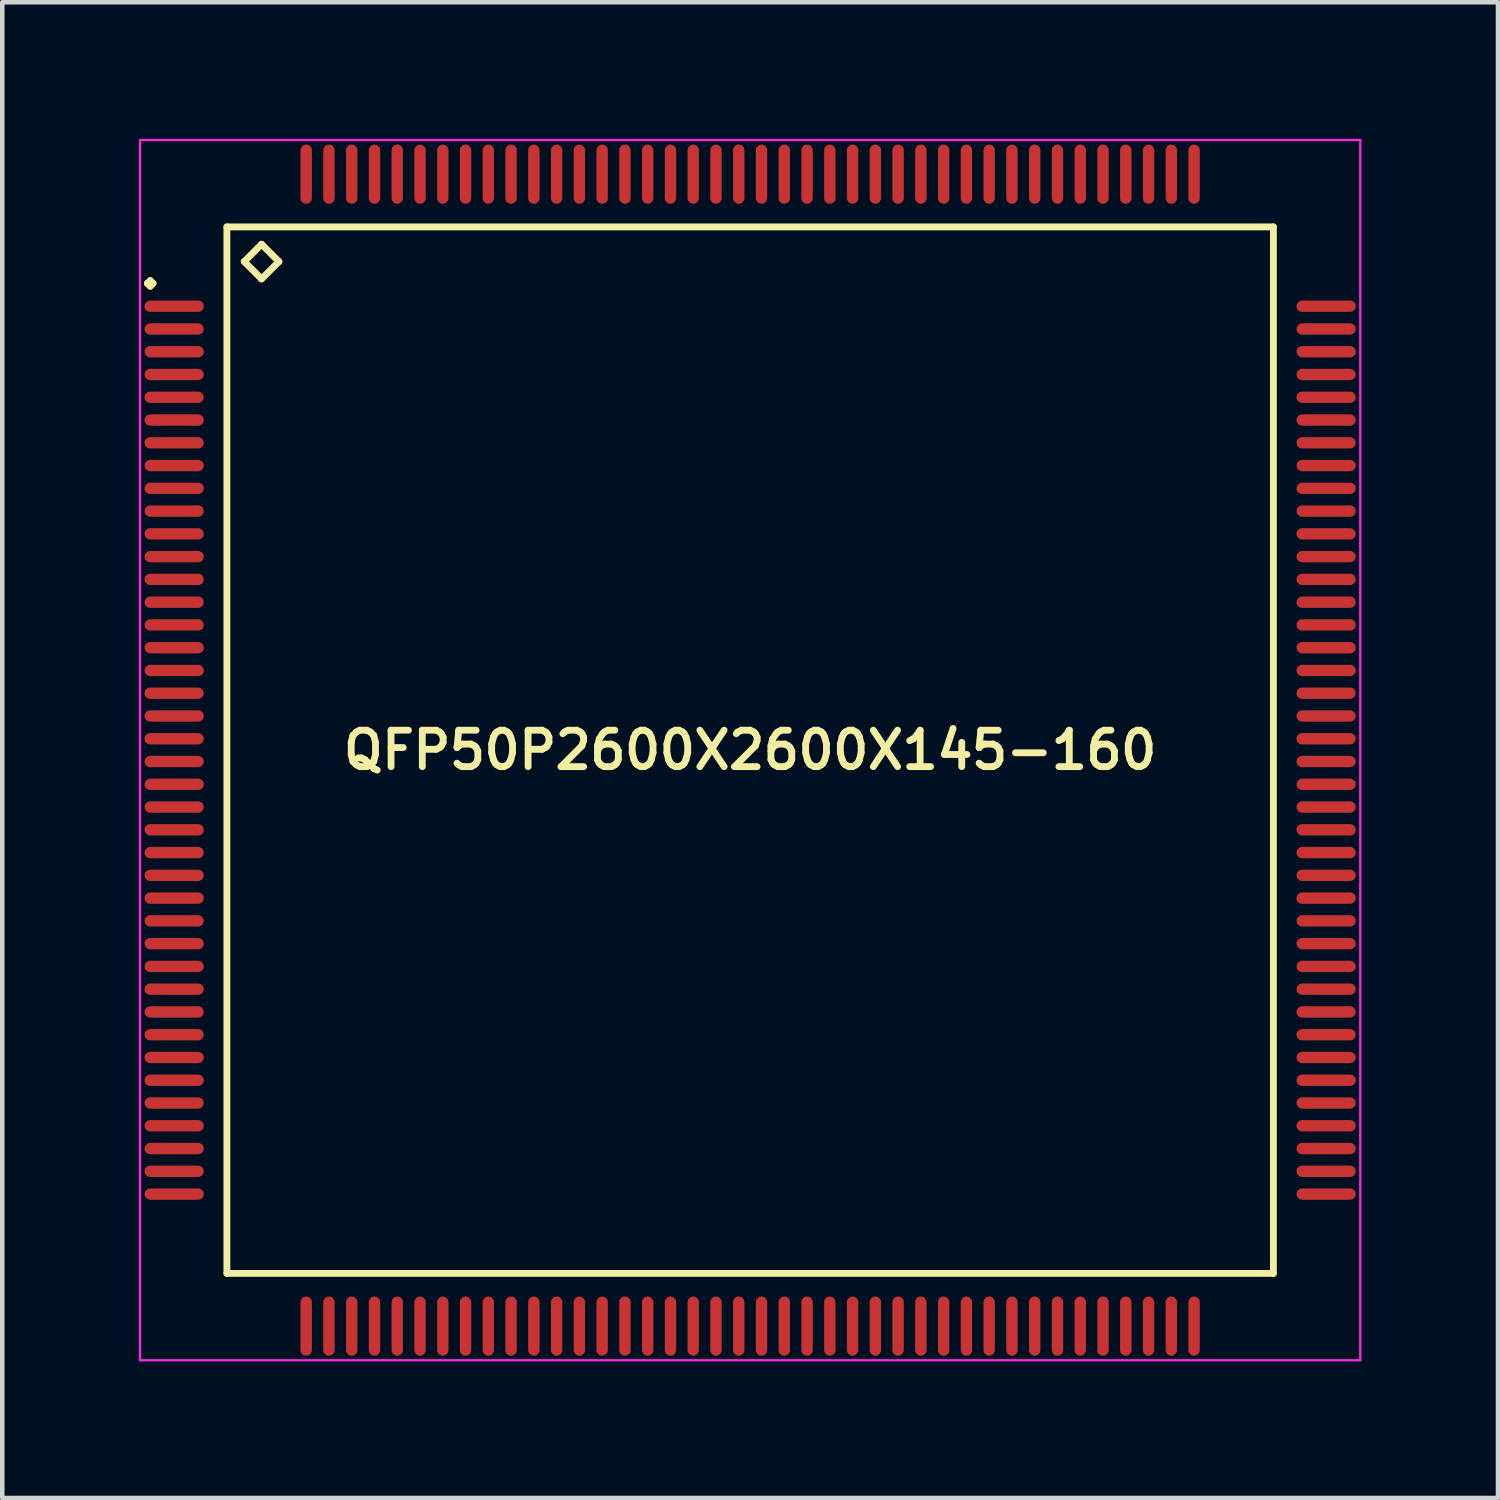
<source format=kicad_pcb>
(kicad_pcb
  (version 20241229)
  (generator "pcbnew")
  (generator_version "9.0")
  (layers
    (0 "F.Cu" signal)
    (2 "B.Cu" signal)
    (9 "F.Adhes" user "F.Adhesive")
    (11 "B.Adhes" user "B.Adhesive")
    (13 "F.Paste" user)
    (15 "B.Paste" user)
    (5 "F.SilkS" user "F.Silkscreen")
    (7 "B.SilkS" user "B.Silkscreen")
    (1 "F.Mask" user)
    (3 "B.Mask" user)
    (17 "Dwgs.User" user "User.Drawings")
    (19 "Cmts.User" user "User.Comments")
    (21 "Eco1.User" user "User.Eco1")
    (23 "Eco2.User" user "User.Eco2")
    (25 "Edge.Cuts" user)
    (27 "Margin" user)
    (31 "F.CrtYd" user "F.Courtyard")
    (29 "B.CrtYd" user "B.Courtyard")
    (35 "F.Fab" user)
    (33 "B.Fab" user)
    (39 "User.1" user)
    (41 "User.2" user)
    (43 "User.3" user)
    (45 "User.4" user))
  (footprint "QFP50P2600X2600X145-160"
    (layer "F.Cu")
    (at 13.425 13.425)
    (property "Reference" "QFP50P2600X2600X145-160" (at 0 0 0) (layer "F.SilkS") (effects (font (size 0.8 0.8) (thickness 0.15))))
    (attr smd)
    (fp_line (start -13.238 -10.25) (end -13.175 -10.312) (stroke (width 0.15) (type solid)) (layer "F.SilkS"))
    (fp_line (start -13.175 -10.312) (end -13.113 -10.25) (stroke (width 0.15) (type solid)) (layer "F.SilkS"))
    (fp_line (start -13.175 -10.188) (end -13.238 -10.25) (stroke (width 0.15) (type solid)) (layer "F.SilkS"))
    (fp_line (start -13.113 -10.25) (end -13.175 -10.188) (stroke (width 0.15) (type solid)) (layer "F.SilkS"))
    (fp_line (start -11.492 -11.492) (end -11.492 11.492) (stroke (width 0.15) (type solid)) (layer "F.SilkS"))
    (fp_line (start -11.492 11.492) (end 11.492 11.492) (stroke (width 0.15) (type solid)) (layer "F.SilkS"))
    (fp_line (start -11.111 -10.73) (end -10.73 -11.111) (stroke (width 0.15) (type solid)) (layer "F.SilkS"))
    (fp_line (start -10.73 -11.111) (end -10.349 -10.73) (stroke (width 0.15) (type solid)) (layer "F.SilkS"))
    (fp_line (start -10.73 -10.349) (end -11.111 -10.73) (stroke (width 0.15) (type solid)) (layer "F.SilkS"))
    (fp_line (start -10.349 -10.73) (end -10.73 -10.349) (stroke (width 0.15) (type solid)) (layer "F.SilkS"))
    (fp_line (start 11.492 -11.492) (end -11.492 -11.492) (stroke (width 0.15) (type solid)) (layer "F.SilkS"))
    (fp_line (start 11.492 11.492) (end 11.492 -11.492) (stroke (width 0.15) (type solid)) (layer "F.SilkS"))
    (fp_line (start -13.4 -13.4) (end 13.4 -13.4) (stroke (width 0.05) (type solid)) (layer "F.CrtYd"))
    (fp_line (start -13.4 13.4) (end -13.4 -13.4) (stroke (width 0.05) (type solid)) (layer "F.CrtYd"))
    (fp_line (start 13.4 -13.4) (end 13.4 13.4) (stroke (width 0.05) (type solid)) (layer "F.CrtYd"))
    (fp_line (start 13.4 13.4) (end -13.4 13.4) (stroke (width 0.05) (type solid)) (layer "F.CrtYd"))
    (pad "1" smd oval (at -12.65 -9.75) (size 1.3 0.25) (layers "F.Cu" "F.Mask" "F.Paste"))
    (pad "2" smd oval (at -12.65 -9.25) (size 1.3 0.25) (layers "F.Cu" "F.Mask" "F.Paste"))
    (pad "3" smd oval (at -12.65 -8.75) (size 1.3 0.25) (layers "F.Cu" "F.Mask" "F.Paste"))
    (pad "4" smd oval (at -12.65 -8.25) (size 1.3 0.25) (layers "F.Cu" "F.Mask" "F.Paste"))
    (pad "5" smd oval (at -12.65 -7.75) (size 1.3 0.25) (layers "F.Cu" "F.Mask" "F.Paste"))
    (pad "6" smd oval (at -12.65 -7.25) (size 1.3 0.25) (layers "F.Cu" "F.Mask" "F.Paste"))
    (pad "7" smd oval (at -12.65 -6.75) (size 1.3 0.25) (layers "F.Cu" "F.Mask" "F.Paste"))
    (pad "8" smd oval (at -12.65 -6.25) (size 1.3 0.25) (layers "F.Cu" "F.Mask" "F.Paste"))
    (pad "9" smd oval (at -12.65 -5.75) (size 1.3 0.25) (layers "F.Cu" "F.Mask" "F.Paste"))
    (pad "10" smd oval (at -12.65 -5.25) (size 1.3 0.25) (layers "F.Cu" "F.Mask" "F.Paste"))
    (pad "11" smd oval (at -12.65 -4.75) (size 1.3 0.25) (layers "F.Cu" "F.Mask" "F.Paste"))
    (pad "12" smd oval (at -12.65 -4.25) (size 1.3 0.25) (layers "F.Cu" "F.Mask" "F.Paste"))
    (pad "13" smd oval (at -12.65 -3.75) (size 1.3 0.25) (layers "F.Cu" "F.Mask" "F.Paste"))
    (pad "14" smd oval (at -12.65 -3.25) (size 1.3 0.25) (layers "F.Cu" "F.Mask" "F.Paste"))
    (pad "15" smd oval (at -12.65 -2.75) (size 1.3 0.25) (layers "F.Cu" "F.Mask" "F.Paste"))
    (pad "16" smd oval (at -12.65 -2.25) (size 1.3 0.25) (layers "F.Cu" "F.Mask" "F.Paste"))
    (pad "17" smd oval (at -12.65 -1.75) (size 1.3 0.25) (layers "F.Cu" "F.Mask" "F.Paste"))
    (pad "18" smd oval (at -12.65 -1.25) (size 1.3 0.25) (layers "F.Cu" "F.Mask" "F.Paste"))
    (pad "19" smd oval (at -12.65 -0.75) (size 1.3 0.25) (layers "F.Cu" "F.Mask" "F.Paste"))
    (pad "20" smd oval (at -12.65 -0.25) (size 1.3 0.25) (layers "F.Cu" "F.Mask" "F.Paste"))
    (pad "21" smd oval (at -12.65 0.25) (size 1.3 0.25) (layers "F.Cu" "F.Mask" "F.Paste"))
    (pad "22" smd oval (at -12.65 0.75) (size 1.3 0.25) (layers "F.Cu" "F.Mask" "F.Paste"))
    (pad "23" smd oval (at -12.65 1.25) (size 1.3 0.25) (layers "F.Cu" "F.Mask" "F.Paste"))
    (pad "24" smd oval (at -12.65 1.75) (size 1.3 0.25) (layers "F.Cu" "F.Mask" "F.Paste"))
    (pad "25" smd oval (at -12.65 2.25) (size 1.3 0.25) (layers "F.Cu" "F.Mask" "F.Paste"))
    (pad "26" smd oval (at -12.65 2.75) (size 1.3 0.25) (layers "F.Cu" "F.Mask" "F.Paste"))
    (pad "27" smd oval (at -12.65 3.25) (size 1.3 0.25) (layers "F.Cu" "F.Mask" "F.Paste"))
    (pad "28" smd oval (at -12.65 3.75) (size 1.3 0.25) (layers "F.Cu" "F.Mask" "F.Paste"))
    (pad "29" smd oval (at -12.65 4.25) (size 1.3 0.25) (layers "F.Cu" "F.Mask" "F.Paste"))
    (pad "30" smd oval (at -12.65 4.75) (size 1.3 0.25) (layers "F.Cu" "F.Mask" "F.Paste"))
    (pad "31" smd oval (at -12.65 5.25) (size 1.3 0.25) (layers "F.Cu" "F.Mask" "F.Paste"))
    (pad "32" smd oval (at -12.65 5.75) (size 1.3 0.25) (layers "F.Cu" "F.Mask" "F.Paste"))
    (pad "33" smd oval (at -12.65 6.25) (size 1.3 0.25) (layers "F.Cu" "F.Mask" "F.Paste"))
    (pad "34" smd oval (at -12.65 6.75) (size 1.3 0.25) (layers "F.Cu" "F.Mask" "F.Paste"))
    (pad "35" smd oval (at -12.65 7.25) (size 1.3 0.25) (layers "F.Cu" "F.Mask" "F.Paste"))
    (pad "36" smd oval (at -12.65 7.75) (size 1.3 0.25) (layers "F.Cu" "F.Mask" "F.Paste"))
    (pad "37" smd oval (at -12.65 8.25) (size 1.3 0.25) (layers "F.Cu" "F.Mask" "F.Paste"))
    (pad "38" smd oval (at -12.65 8.75) (size 1.3 0.25) (layers "F.Cu" "F.Mask" "F.Paste"))
    (pad "39" smd oval (at -12.65 9.25) (size 1.3 0.25) (layers "F.Cu" "F.Mask" "F.Paste"))
    (pad "40" smd oval (at -12.65 9.75) (size 1.3 0.25) (layers "F.Cu" "F.Mask" "F.Paste"))
    (pad "41" smd oval (at -9.75 12.65) (size 0.25 1.3) (layers "F.Cu" "F.Mask" "F.Paste"))
    (pad "42" smd oval (at -9.25 12.65) (size 0.25 1.3) (layers "F.Cu" "F.Mask" "F.Paste"))
    (pad "43" smd oval (at -8.75 12.65) (size 0.25 1.3) (layers "F.Cu" "F.Mask" "F.Paste"))
    (pad "44" smd oval (at -8.25 12.65) (size 0.25 1.3) (layers "F.Cu" "F.Mask" "F.Paste"))
    (pad "45" smd oval (at -7.75 12.65) (size 0.25 1.3) (layers "F.Cu" "F.Mask" "F.Paste"))
    (pad "46" smd oval (at -7.25 12.65) (size 0.25 1.3) (layers "F.Cu" "F.Mask" "F.Paste"))
    (pad "47" smd oval (at -6.75 12.65) (size 0.25 1.3) (layers "F.Cu" "F.Mask" "F.Paste"))
    (pad "48" smd oval (at -6.25 12.65) (size 0.25 1.3) (layers "F.Cu" "F.Mask" "F.Paste"))
    (pad "49" smd oval (at -5.75 12.65) (size 0.25 1.3) (layers "F.Cu" "F.Mask" "F.Paste"))
    (pad "50" smd oval (at -5.25 12.65) (size 0.25 1.3) (layers "F.Cu" "F.Mask" "F.Paste"))
    (pad "51" smd oval (at -4.75 12.65) (size 0.25 1.3) (layers "F.Cu" "F.Mask" "F.Paste"))
    (pad "52" smd oval (at -4.25 12.65) (size 0.25 1.3) (layers "F.Cu" "F.Mask" "F.Paste"))
    (pad "53" smd oval (at -3.75 12.65) (size 0.25 1.3) (layers "F.Cu" "F.Mask" "F.Paste"))
    (pad "54" smd oval (at -3.25 12.65) (size 0.25 1.3) (layers "F.Cu" "F.Mask" "F.Paste"))
    (pad "55" smd oval (at -2.75 12.65) (size 0.25 1.3) (layers "F.Cu" "F.Mask" "F.Paste"))
    (pad "56" smd oval (at -2.25 12.65) (size 0.25 1.3) (layers "F.Cu" "F.Mask" "F.Paste"))
    (pad "57" smd oval (at -1.75 12.65) (size 0.25 1.3) (layers "F.Cu" "F.Mask" "F.Paste"))
    (pad "58" smd oval (at -1.25 12.65) (size 0.25 1.3) (layers "F.Cu" "F.Mask" "F.Paste"))
    (pad "59" smd oval (at -0.75 12.65) (size 0.25 1.3) (layers "F.Cu" "F.Mask" "F.Paste"))
    (pad "60" smd oval (at -0.25 12.65) (size 0.25 1.3) (layers "F.Cu" "F.Mask" "F.Paste"))
    (pad "61" smd oval (at 0.25 12.65) (size 0.25 1.3) (layers "F.Cu" "F.Mask" "F.Paste"))
    (pad "62" smd oval (at 0.75 12.65) (size 0.25 1.3) (layers "F.Cu" "F.Mask" "F.Paste"))
    (pad "63" smd oval (at 1.25 12.65) (size 0.25 1.3) (layers "F.Cu" "F.Mask" "F.Paste"))
    (pad "64" smd oval (at 1.75 12.65) (size 0.25 1.3) (layers "F.Cu" "F.Mask" "F.Paste"))
    (pad "65" smd oval (at 2.25 12.65) (size 0.25 1.3) (layers "F.Cu" "F.Mask" "F.Paste"))
    (pad "66" smd oval (at 2.75 12.65) (size 0.25 1.3) (layers "F.Cu" "F.Mask" "F.Paste"))
    (pad "67" smd oval (at 3.25 12.65) (size 0.25 1.3) (layers "F.Cu" "F.Mask" "F.Paste"))
    (pad "68" smd oval (at 3.75 12.65) (size 0.25 1.3) (layers "F.Cu" "F.Mask" "F.Paste"))
    (pad "69" smd oval (at 4.25 12.65) (size 0.25 1.3) (layers "F.Cu" "F.Mask" "F.Paste"))
    (pad "70" smd oval (at 4.75 12.65) (size 0.25 1.3) (layers "F.Cu" "F.Mask" "F.Paste"))
    (pad "71" smd oval (at 5.25 12.65) (size 0.25 1.3) (layers "F.Cu" "F.Mask" "F.Paste"))
    (pad "72" smd oval (at 5.75 12.65) (size 0.25 1.3) (layers "F.Cu" "F.Mask" "F.Paste"))
    (pad "73" smd oval (at 6.25 12.65) (size 0.25 1.3) (layers "F.Cu" "F.Mask" "F.Paste"))
    (pad "74" smd oval (at 6.75 12.65) (size 0.25 1.3) (layers "F.Cu" "F.Mask" "F.Paste"))
    (pad "75" smd oval (at 7.25 12.65) (size 0.25 1.3) (layers "F.Cu" "F.Mask" "F.Paste"))
    (pad "76" smd oval (at 7.75 12.65) (size 0.25 1.3) (layers "F.Cu" "F.Mask" "F.Paste"))
    (pad "77" smd oval (at 8.25 12.65) (size 0.25 1.3) (layers "F.Cu" "F.Mask" "F.Paste"))
    (pad "78" smd oval (at 8.75 12.65) (size 0.25 1.3) (layers "F.Cu" "F.Mask" "F.Paste"))
    (pad "79" smd oval (at 9.25 12.65) (size 0.25 1.3) (layers "F.Cu" "F.Mask" "F.Paste"))
    (pad "80" smd oval (at 9.75 12.65) (size 0.25 1.3) (layers "F.Cu" "F.Mask" "F.Paste"))
    (pad "81" smd oval (at 12.65 9.75) (size 1.3 0.25) (layers "F.Cu" "F.Mask" "F.Paste"))
    (pad "82" smd oval (at 12.65 9.25) (size 1.3 0.25) (layers "F.Cu" "F.Mask" "F.Paste"))
    (pad "83" smd oval (at 12.65 8.75) (size 1.3 0.25) (layers "F.Cu" "F.Mask" "F.Paste"))
    (pad "84" smd oval (at 12.65 8.25) (size 1.3 0.25) (layers "F.Cu" "F.Mask" "F.Paste"))
    (pad "85" smd oval (at 12.65 7.75) (size 1.3 0.25) (layers "F.Cu" "F.Mask" "F.Paste"))
    (pad "86" smd oval (at 12.65 7.25) (size 1.3 0.25) (layers "F.Cu" "F.Mask" "F.Paste"))
    (pad "87" smd oval (at 12.65 6.75) (size 1.3 0.25) (layers "F.Cu" "F.Mask" "F.Paste"))
    (pad "88" smd oval (at 12.65 6.25) (size 1.3 0.25) (layers "F.Cu" "F.Mask" "F.Paste"))
    (pad "89" smd oval (at 12.65 5.75) (size 1.3 0.25) (layers "F.Cu" "F.Mask" "F.Paste"))
    (pad "90" smd oval (at 12.65 5.25) (size 1.3 0.25) (layers "F.Cu" "F.Mask" "F.Paste"))
    (pad "91" smd oval (at 12.65 4.75) (size 1.3 0.25) (layers "F.Cu" "F.Mask" "F.Paste"))
    (pad "92" smd oval (at 12.65 4.25) (size 1.3 0.25) (layers "F.Cu" "F.Mask" "F.Paste"))
    (pad "93" smd oval (at 12.65 3.75) (size 1.3 0.25) (layers "F.Cu" "F.Mask" "F.Paste"))
    (pad "94" smd oval (at 12.65 3.25) (size 1.3 0.25) (layers "F.Cu" "F.Mask" "F.Paste"))
    (pad "95" smd oval (at 12.65 2.75) (size 1.3 0.25) (layers "F.Cu" "F.Mask" "F.Paste"))
    (pad "96" smd oval (at 12.65 2.25) (size 1.3 0.25) (layers "F.Cu" "F.Mask" "F.Paste"))
    (pad "97" smd oval (at 12.65 1.75) (size 1.3 0.25) (layers "F.Cu" "F.Mask" "F.Paste"))
    (pad "98" smd oval (at 12.65 1.25) (size 1.3 0.25) (layers "F.Cu" "F.Mask" "F.Paste"))
    (pad "99" smd oval (at 12.65 0.75) (size 1.3 0.25) (layers "F.Cu" "F.Mask" "F.Paste"))
    (pad "100" smd oval (at 12.65 0.25) (size 1.3 0.25) (layers "F.Cu" "F.Mask" "F.Paste"))
    (pad "101" smd oval (at 12.65 -0.25) (size 1.3 0.25) (layers "F.Cu" "F.Mask" "F.Paste"))
    (pad "102" smd oval (at 12.65 -0.75) (size 1.3 0.25) (layers "F.Cu" "F.Mask" "F.Paste"))
    (pad "103" smd oval (at 12.65 -1.25) (size 1.3 0.25) (layers "F.Cu" "F.Mask" "F.Paste"))
    (pad "104" smd oval (at 12.65 -1.75) (size 1.3 0.25) (layers "F.Cu" "F.Mask" "F.Paste"))
    (pad "105" smd oval (at 12.65 -2.25) (size 1.3 0.25) (layers "F.Cu" "F.Mask" "F.Paste"))
    (pad "106" smd oval (at 12.65 -2.75) (size 1.3 0.25) (layers "F.Cu" "F.Mask" "F.Paste"))
    (pad "107" smd oval (at 12.65 -3.25) (size 1.3 0.25) (layers "F.Cu" "F.Mask" "F.Paste"))
    (pad "108" smd oval (at 12.65 -3.75) (size 1.3 0.25) (layers "F.Cu" "F.Mask" "F.Paste"))
    (pad "109" smd oval (at 12.65 -4.25) (size 1.3 0.25) (layers "F.Cu" "F.Mask" "F.Paste"))
    (pad "110" smd oval (at 12.65 -4.75) (size 1.3 0.25) (layers "F.Cu" "F.Mask" "F.Paste"))
    (pad "111" smd oval (at 12.65 -5.25) (size 1.3 0.25) (layers "F.Cu" "F.Mask" "F.Paste"))
    (pad "112" smd oval (at 12.65 -5.75) (size 1.3 0.25) (layers "F.Cu" "F.Mask" "F.Paste"))
    (pad "113" smd oval (at 12.65 -6.25) (size 1.3 0.25) (layers "F.Cu" "F.Mask" "F.Paste"))
    (pad "114" smd oval (at 12.65 -6.75) (size 1.3 0.25) (layers "F.Cu" "F.Mask" "F.Paste"))
    (pad "115" smd oval (at 12.65 -7.25) (size 1.3 0.25) (layers "F.Cu" "F.Mask" "F.Paste"))
    (pad "116" smd oval (at 12.65 -7.75) (size 1.3 0.25) (layers "F.Cu" "F.Mask" "F.Paste"))
    (pad "117" smd oval (at 12.65 -8.25) (size 1.3 0.25) (layers "F.Cu" "F.Mask" "F.Paste"))
    (pad "118" smd oval (at 12.65 -8.75) (size 1.3 0.25) (layers "F.Cu" "F.Mask" "F.Paste"))
    (pad "119" smd oval (at 12.65 -9.25) (size 1.3 0.25) (layers "F.Cu" "F.Mask" "F.Paste"))
    (pad "120" smd oval (at 12.65 -9.75) (size 1.3 0.25) (layers "F.Cu" "F.Mask" "F.Paste"))
    (pad "121" smd oval (at 9.75 -12.65) (size 0.25 1.3) (layers "F.Cu" "F.Mask" "F.Paste"))
    (pad "122" smd oval (at 9.25 -12.65) (size 0.25 1.3) (layers "F.Cu" "F.Mask" "F.Paste"))
    (pad "123" smd oval (at 8.75 -12.65) (size 0.25 1.3) (layers "F.Cu" "F.Mask" "F.Paste"))
    (pad "124" smd oval (at 8.25 -12.65) (size 0.25 1.3) (layers "F.Cu" "F.Mask" "F.Paste"))
    (pad "125" smd oval (at 7.75 -12.65) (size 0.25 1.3) (layers "F.Cu" "F.Mask" "F.Paste"))
    (pad "126" smd oval (at 7.25 -12.65) (size 0.25 1.3) (layers "F.Cu" "F.Mask" "F.Paste"))
    (pad "127" smd oval (at 6.75 -12.65) (size 0.25 1.3) (layers "F.Cu" "F.Mask" "F.Paste"))
    (pad "128" smd oval (at 6.25 -12.65) (size 0.25 1.3) (layers "F.Cu" "F.Mask" "F.Paste"))
    (pad "129" smd oval (at 5.75 -12.65) (size 0.25 1.3) (layers "F.Cu" "F.Mask" "F.Paste"))
    (pad "130" smd oval (at 5.25 -12.65) (size 0.25 1.3) (layers "F.Cu" "F.Mask" "F.Paste"))
    (pad "131" smd oval (at 4.75 -12.65) (size 0.25 1.3) (layers "F.Cu" "F.Mask" "F.Paste"))
    (pad "132" smd oval (at 4.25 -12.65) (size 0.25 1.3) (layers "F.Cu" "F.Mask" "F.Paste"))
    (pad "133" smd oval (at 3.75 -12.65) (size 0.25 1.3) (layers "F.Cu" "F.Mask" "F.Paste"))
    (pad "134" smd oval (at 3.25 -12.65) (size 0.25 1.3) (layers "F.Cu" "F.Mask" "F.Paste"))
    (pad "135" smd oval (at 2.75 -12.65) (size 0.25 1.3) (layers "F.Cu" "F.Mask" "F.Paste"))
    (pad "136" smd oval (at 2.25 -12.65) (size 0.25 1.3) (layers "F.Cu" "F.Mask" "F.Paste"))
    (pad "137" smd oval (at 1.75 -12.65) (size 0.25 1.3) (layers "F.Cu" "F.Mask" "F.Paste"))
    (pad "138" smd oval (at 1.25 -12.65) (size 0.25 1.3) (layers "F.Cu" "F.Mask" "F.Paste"))
    (pad "139" smd oval (at 0.75 -12.65) (size 0.25 1.3) (layers "F.Cu" "F.Mask" "F.Paste"))
    (pad "140" smd oval (at 0.25 -12.65) (size 0.25 1.3) (layers "F.Cu" "F.Mask" "F.Paste"))
    (pad "141" smd oval (at -0.25 -12.65) (size 0.25 1.3) (layers "F.Cu" "F.Mask" "F.Paste"))
    (pad "142" smd oval (at -0.75 -12.65) (size 0.25 1.3) (layers "F.Cu" "F.Mask" "F.Paste"))
    (pad "143" smd oval (at -1.25 -12.65) (size 0.25 1.3) (layers "F.Cu" "F.Mask" "F.Paste"))
    (pad "144" smd oval (at -1.75 -12.65) (size 0.25 1.3) (layers "F.Cu" "F.Mask" "F.Paste"))
    (pad "145" smd oval (at -2.25 -12.65) (size 0.25 1.3) (layers "F.Cu" "F.Mask" "F.Paste"))
    (pad "146" smd oval (at -2.75 -12.65) (size 0.25 1.3) (layers "F.Cu" "F.Mask" "F.Paste"))
    (pad "147" smd oval (at -3.25 -12.65) (size 0.25 1.3) (layers "F.Cu" "F.Mask" "F.Paste"))
    (pad "148" smd oval (at -3.75 -12.65) (size 0.25 1.3) (layers "F.Cu" "F.Mask" "F.Paste"))
    (pad "149" smd oval (at -4.25 -12.65) (size 0.25 1.3) (layers "F.Cu" "F.Mask" "F.Paste"))
    (pad "150" smd oval (at -4.75 -12.65) (size 0.25 1.3) (layers "F.Cu" "F.Mask" "F.Paste"))
    (pad "151" smd oval (at -5.25 -12.65) (size 0.25 1.3) (layers "F.Cu" "F.Mask" "F.Paste"))
    (pad "152" smd oval (at -5.75 -12.65) (size 0.25 1.3) (layers "F.Cu" "F.Mask" "F.Paste"))
    (pad "153" smd oval (at -6.25 -12.65) (size 0.25 1.3) (layers "F.Cu" "F.Mask" "F.Paste"))
    (pad "154" smd oval (at -6.75 -12.65) (size 0.25 1.3) (layers "F.Cu" "F.Mask" "F.Paste"))
    (pad "155" smd oval (at -7.25 -12.65) (size 0.25 1.3) (layers "F.Cu" "F.Mask" "F.Paste"))
    (pad "156" smd oval (at -7.75 -12.65) (size 0.25 1.3) (layers "F.Cu" "F.Mask" "F.Paste"))
    (pad "157" smd oval (at -8.25 -12.65) (size 0.25 1.3) (layers "F.Cu" "F.Mask" "F.Paste"))
    (pad "158" smd oval (at -8.75 -12.65) (size 0.25 1.3) (layers "F.Cu" "F.Mask" "F.Paste"))
    (pad "159" smd oval (at -9.25 -12.65) (size 0.25 1.3) (layers "F.Cu" "F.Mask" "F.Paste"))
    (pad "160" smd oval (at -9.75 -12.65) (size 0.25 1.3) (layers "F.Cu" "F.Mask" "F.Paste")))
  (gr_rect
    (start -3 -3)
    (end 29.85 29.85)
    (stroke (width 0.1) (type default))
    (fill no)
    (layer "Edge.Cuts")))
</source>
